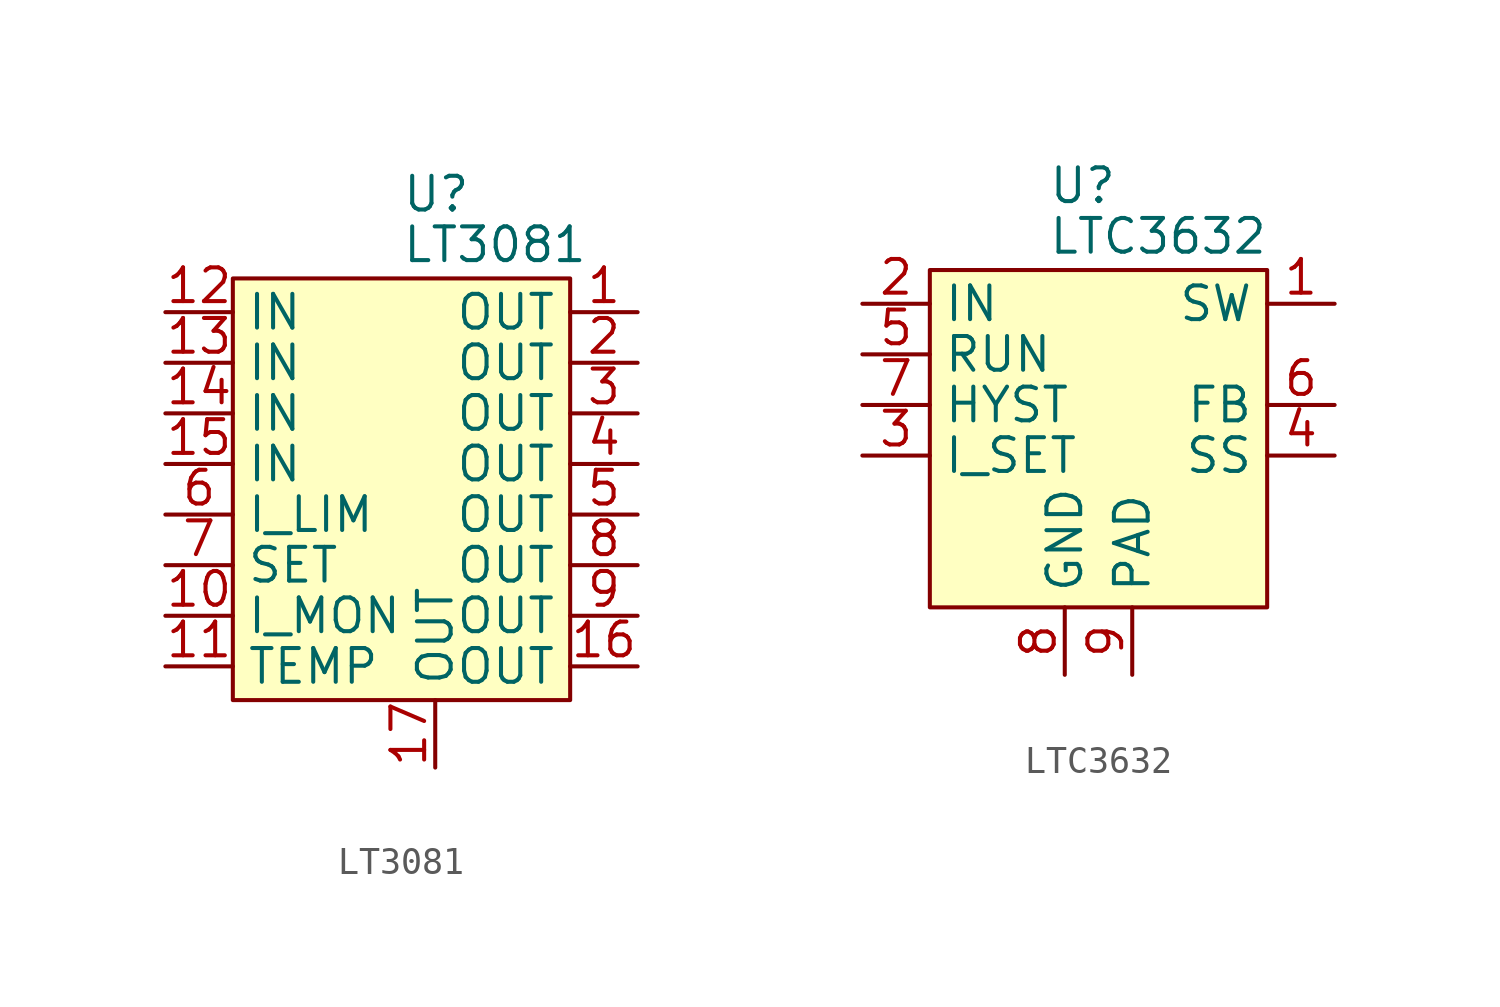
<source format=kicad_sym>
(kicad_symbol_lib
  (version 20211014)
  (generator kicad_symbol_editor)
  (symbol "LT3081"
    (property "Reference" "U"
      (at 0 10.795 0)
      (effects (font (size 1.27 1.27)) (justify left)))
    (property "Value" "LT3081"
      (at 0 8.89 0)
      (effects (font (size 1.27 1.27)) (justify left)))
    (symbol "LT3081_0_1"
      (rectangle (start -6.35 7.62) (end 6.35 -8.255) (stroke (width 0) (type default) (color 0 0 0 0)) (fill (type background))))
    (symbol "LT3081_1_1"
      (pin power_out line (at 8.89 6.35 180) (length 2.54) (name "OUT" (effects (font (size 1.27 1.27)))) (number "1" (effects (font (size 1.27 1.27)))))
      (pin bidirectional line (at -8.89 -5.08 0) (length 2.54) (name "I_MON" (effects (font (size 1.27 1.27)))) (number "10" (effects (font (size 1.27 1.27)))))
      (pin bidirectional line (at -8.89 -6.985 0) (length 2.54) (name "TEMP" (effects (font (size 1.27 1.27)))) (number "11" (effects (font (size 1.27 1.27)))))
      (pin power_in line (at -8.89 6.35 0) (length 2.54) (name "IN" (effects (font (size 1.27 1.27)))) (number "12" (effects (font (size 1.27 1.27)))))
      (pin power_in line (at -8.89 4.445 0) (length 2.54) (name "IN" (effects (font (size 1.27 1.27)))) (number "13" (effects (font (size 1.27 1.27)))))
      (pin power_in line (at -8.89 2.54 0) (length 2.54) (name "IN" (effects (font (size 1.27 1.27)))) (number "14" (effects (font (size 1.27 1.27)))))
      (pin power_in line (at -8.89 0.635 0) (length 2.54) (name "IN" (effects (font (size 1.27 1.27)))) (number "15" (effects (font (size 1.27 1.27)))))
      (pin power_out line (at 8.89 -6.985 180) (length 2.54) (name "OUT" (effects (font (size 1.27 1.27)))) (number "16" (effects (font (size 1.27 1.27)))))
      (pin power_out line (at 1.27 -10.795 90) (length 2.54) (name "OUT" (effects (font (size 1.27 1.27)))) (number "17" (effects (font (size 1.27 1.27)))))
      (pin power_out line (at 8.89 4.445 180) (length 2.54) (name "OUT" (effects (font (size 1.27 1.27)))) (number "2" (effects (font (size 1.27 1.27)))))
      (pin power_out line (at 8.89 2.54 180) (length 2.54) (name "OUT" (effects (font (size 1.27 1.27)))) (number "3" (effects (font (size 1.27 1.27)))))
      (pin power_out line (at 8.89 0.635 180) (length 2.54) (name "OUT" (effects (font (size 1.27 1.27)))) (number "4" (effects (font (size 1.27 1.27)))))
      (pin power_out line (at 8.89 -1.27 180) (length 2.54) (name "OUT" (effects (font (size 1.27 1.27)))) (number "5" (effects (font (size 1.27 1.27)))))
      (pin bidirectional line (at -8.89 -1.27 0) (length 2.54) (name "I_LIM" (effects (font (size 1.27 1.27)))) (number "6" (effects (font (size 1.27 1.27)))))
      (pin bidirectional line (at -8.89 -3.175 0) (length 2.54) (name "SET" (effects (font (size 1.27 1.27)))) (number "7" (effects (font (size 1.27 1.27)))))
      (pin power_out line (at 8.89 -3.175 180) (length 2.54) (name "OUT" (effects (font (size 1.27 1.27)))) (number "8" (effects (font (size 1.27 1.27)))))
      (pin power_out line (at 8.89 -5.08 180) (length 2.54) (name "OUT" (effects (font (size 1.27 1.27)))) (number "9" (effects (font (size 1.27 1.27)))))))
  (symbol "LTC3632"
    (property "Reference" "U"
      (at -1.905 8.89 0)
      (effects (font (size 1.27 1.27)) (justify left)))
    (property "Value" "LTC3632"
      (at -1.905 6.985 0)
      (effects (font (size 1.27 1.27)) (justify left)))
    (symbol "LTC3632_0_1"
      (rectangle (start -6.35 5.715) (end 6.35 -6.985) (stroke (width 0) (type default) (color 0 0 0 0)) (fill (type background))))
    (symbol "LTC3632_1_1"
      (pin power_out line (at 8.89 4.445 180) (length 2.54) (name "SW" (effects (font (size 1.27 1.27)))) (number "1" (effects (font (size 1.27 1.27)))))
      (pin power_in line (at -8.89 4.445 0) (length 2.54) (name "IN" (effects (font (size 1.27 1.27)))) (number "2" (effects (font (size 1.27 1.27)))))
      (pin passive line (at -8.89 -1.27 0) (length 2.54) (name "I_SET" (effects (font (size 1.27 1.27)))) (number "3" (effects (font (size 1.27 1.27)))))
      (pin passive line (at 8.89 -1.27 180) (length 2.54) (name "SS" (effects (font (size 1.27 1.27)))) (number "4" (effects (font (size 1.27 1.27)))))
      (pin passive line (at -8.89 2.54 0) (length 2.54) (name "RUN" (effects (font (size 1.27 1.27)))) (number "5" (effects (font (size 1.27 1.27)))))
      (pin passive line (at 8.89 0.635 180) (length 2.54) (name "FB" (effects (font (size 1.27 1.27)))) (number "6" (effects (font (size 1.27 1.27)))))
      (pin passive line (at -8.89 0.635 0) (length 2.54) (name "HYST" (effects (font (size 1.27 1.27)))) (number "7" (effects (font (size 1.27 1.27)))))
      (pin passive line (at -1.27 -9.525 90) (length 2.54) (name "GND" (effects (font (size 1.27 1.27)))) (number "8" (effects (font (size 1.27 1.27)))))
      (pin passive line (at 1.27 -9.525 90) (length 2.54) (name "PAD" (effects (font (size 1.27 1.27)))) (number "9" (effects (font (size 1.27 1.27))))))))
</source>
